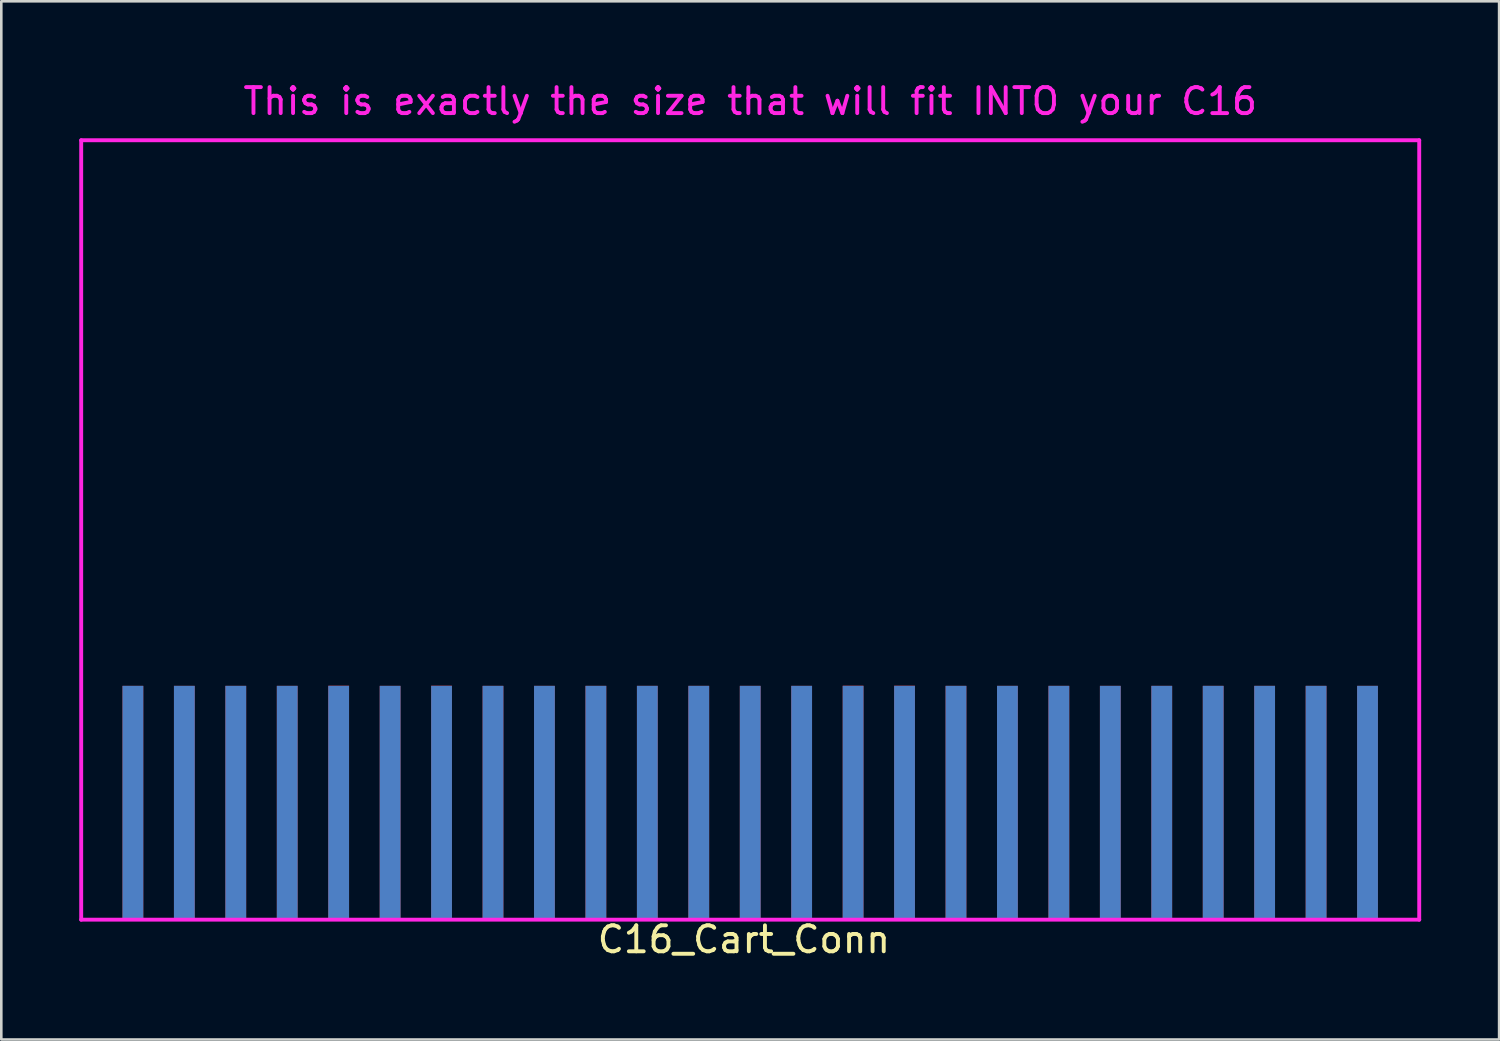
<source format=kicad_pcb>
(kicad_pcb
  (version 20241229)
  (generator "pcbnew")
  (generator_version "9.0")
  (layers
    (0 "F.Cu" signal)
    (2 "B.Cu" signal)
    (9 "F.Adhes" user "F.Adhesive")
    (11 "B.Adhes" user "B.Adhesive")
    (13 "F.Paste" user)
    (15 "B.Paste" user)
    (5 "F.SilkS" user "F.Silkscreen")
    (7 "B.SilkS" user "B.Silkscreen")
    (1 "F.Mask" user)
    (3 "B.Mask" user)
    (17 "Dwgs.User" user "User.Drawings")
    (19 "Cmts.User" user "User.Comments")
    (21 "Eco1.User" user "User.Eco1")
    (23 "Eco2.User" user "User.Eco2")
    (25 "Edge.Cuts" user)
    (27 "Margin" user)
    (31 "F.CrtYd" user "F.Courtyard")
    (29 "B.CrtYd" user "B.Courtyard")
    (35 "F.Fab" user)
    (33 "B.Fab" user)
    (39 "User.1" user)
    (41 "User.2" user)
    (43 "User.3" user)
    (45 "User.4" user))
  (footprint "C16_Cart_Conn"
    (layer "F.Cu")
    (at 25.825 32.348)
    (property "Reference" "C16_Cart_Conn" (at -0.242 0.762 0) (layer "F.SilkS") (effects (font (size 1 1) (thickness 0.15))))
    (attr through_hole)
    (fp_line (start -25.75 -30) (end -25.75 0) (stroke (width 0.15) (type solid)) (layer "F.CrtYd"))
    (fp_line (start -25.75 0) (end 25.75 0) (stroke (width 0.15) (type solid)) (layer "F.CrtYd"))
    (fp_line (start 25.75 -30) (end -25.75 -30) (stroke (width 0.15) (type solid)) (layer "F.CrtYd"))
    (fp_line (start 25.75 0) (end 25.75 -30) (stroke (width 0.15) (type solid)) (layer "F.CrtYd"))
    (fp_text user "This is exactly the size that will fit INTO your C16" (at 0 -31.5 0) (layer "F.CrtYd") (effects (font (size 1 1) (thickness 0.15))))
    (pad "" smd rect (at 0 -4.5) (size 51.5 9) (layers "F.Mask"))
    (pad "" smd rect (at 0 -4.5) (size 51.5 9) (layers "B.Mask"))
    (pad "1" smd rect (at -23.76 -4.5) (size 0.8 9) (layers "F.Cu"))
    (pad "2" smd rect (at -21.78 -4.5) (size 0.8 9) (layers "F.Cu"))
    (pad "3" smd rect (at -19.8 -4.5) (size 0.8 9) (layers "F.Cu"))
    (pad "4" smd rect (at -17.82 -4.5) (size 0.8 9) (layers "F.Cu"))
    (pad "5" smd rect (at -15.84 -4.508) (size 0.8 9) (layers "F.Cu"))
    (pad "6" smd rect (at -13.86 -4.5) (size 0.8 9) (layers "F.Cu"))
    (pad "7" smd rect (at -11.88 -4.508) (size 0.8 9) (layers "F.Cu"))
    (pad "8" smd rect (at -9.9 -4.5) (size 0.8 9) (layers "F.Cu"))
    (pad "9" smd rect (at -7.92 -4.5) (size 0.8 9) (layers "F.Cu"))
    (pad "10" smd rect (at -5.94 -4.5) (size 0.8 9) (layers "F.Cu"))
    (pad "11" smd rect (at -3.96 -4.5) (size 0.8 9) (layers "F.Cu"))
    (pad "12" smd rect (at -1.98 -4.5) (size 0.8 9) (layers "F.Cu"))
    (pad "13" smd rect (at 0 -4.5) (size 0.8 9) (layers "F.Cu"))
    (pad "14" smd rect (at 1.98 -4.5) (size 0.8 9) (layers "F.Cu"))
    (pad "15" smd rect (at 3.96 -4.508) (size 0.8 9) (layers "F.Cu"))
    (pad "16" smd rect (at 5.94 -4.508) (size 0.8 9) (layers "F.Cu"))
    (pad "17" smd rect (at 7.92 -4.5) (size 0.8 9) (layers "F.Cu"))
    (pad "18" smd rect (at 9.9 -4.5) (size 0.8 9) (layers "F.Cu"))
    (pad "19" smd rect (at 11.88 -4.5) (size 0.8 9) (layers "F.Cu"))
    (pad "20" smd rect (at 13.86 -4.5) (size 0.8 9) (layers "F.Cu"))
    (pad "21" smd rect (at 15.84 -4.5) (size 0.8 9) (layers "F.Cu"))
    (pad "22" smd rect (at 17.82 -4.5) (size 0.8 9) (layers "F.Cu"))
    (pad "23" smd rect (at 19.8 -4.5) (size 0.8 9) (layers "F.Cu"))
    (pad "24" smd rect (at 21.78 -4.5) (size 0.8 9) (layers "F.Cu"))
    (pad "25" smd rect (at 23.76 -4.5) (size 0.8 9) (layers "F.Cu"))
    (pad "A" smd rect (at -23.76 -4.5) (size 0.8 9) (layers "B.Cu"))
    (pad "AA" smd rect (at 19.8 -4.5) (size 0.8 9) (layers "B.Cu"))
    (pad "B" smd rect (at -21.78 -4.5) (size 0.8 9) (layers "B.Cu"))
    (pad "BB" smd rect (at 21.78 -4.5) (size 0.8 9) (layers "B.Cu"))
    (pad "C" smd rect (at -19.8 -4.5) (size 0.8 9) (layers "B.Cu"))
    (pad "CC" smd rect (at 23.76 -4.5) (size 0.8 9) (layers "B.Cu"))
    (pad "D" smd rect (at -17.82 -4.5) (size 0.8 9) (layers "B.Cu"))
    (pad "E" smd rect (at -15.84 -4.5) (size 0.8 9) (layers "B.Cu"))
    (pad "F" smd rect (at -13.86 -4.5) (size 0.8 9) (layers "B.Cu"))
    (pad "H" smd rect (at -11.88 -4.5) (size 0.8 9) (layers "B.Cu"))
    (pad "J" smd rect (at -9.9 -4.5) (size 0.8 9) (layers "B.Cu"))
    (pad "K" smd rect (at -7.92 -4.5) (size 0.8 9) (layers "B.Cu"))
    (pad "L" smd rect (at -5.94 -4.5) (size 0.8 9) (layers "B.Cu"))
    (pad "M" smd rect (at -3.96 -4.5) (size 0.8 9) (layers "B.Cu"))
    (pad "N" smd rect (at -1.98 -4.5) (size 0.8 9) (layers "B.Cu"))
    (pad "P" smd rect (at 0 -4.5) (size 0.8 9) (layers "B.Cu"))
    (pad "R" smd rect (at 1.98 -4.5) (size 0.8 9) (layers "B.Cu"))
    (pad "S" smd rect (at 3.96 -4.5) (size 0.8 9) (layers "B.Cu"))
    (pad "T" smd rect (at 5.94 -4.5) (size 0.8 9) (layers "B.Cu"))
    (pad "U" smd rect (at 7.92 -4.5) (size 0.8 9) (layers "B.Cu"))
    (pad "V" smd rect (at 9.9 -4.5) (size 0.8 9) (layers "B.Cu"))
    (pad "W" smd rect (at 11.88 -4.5) (size 0.8 9) (layers "B.Cu"))
    (pad "X" smd rect (at 13.86 -4.5) (size 0.8 9) (layers "B.Cu"))
    (pad "Y" smd rect (at 15.84 -4.5) (size 0.8 9) (layers "B.Cu"))
    (pad "Z" smd rect (at 17.82 -4.5) (size 0.8 9) (layers "B.Cu")))
  (gr_rect
    (start -3 -3)
    (end 54.65 36.959)
    (stroke (width 0.1) (type default))
    (fill no)
    (layer "Edge.Cuts")))
</source>
